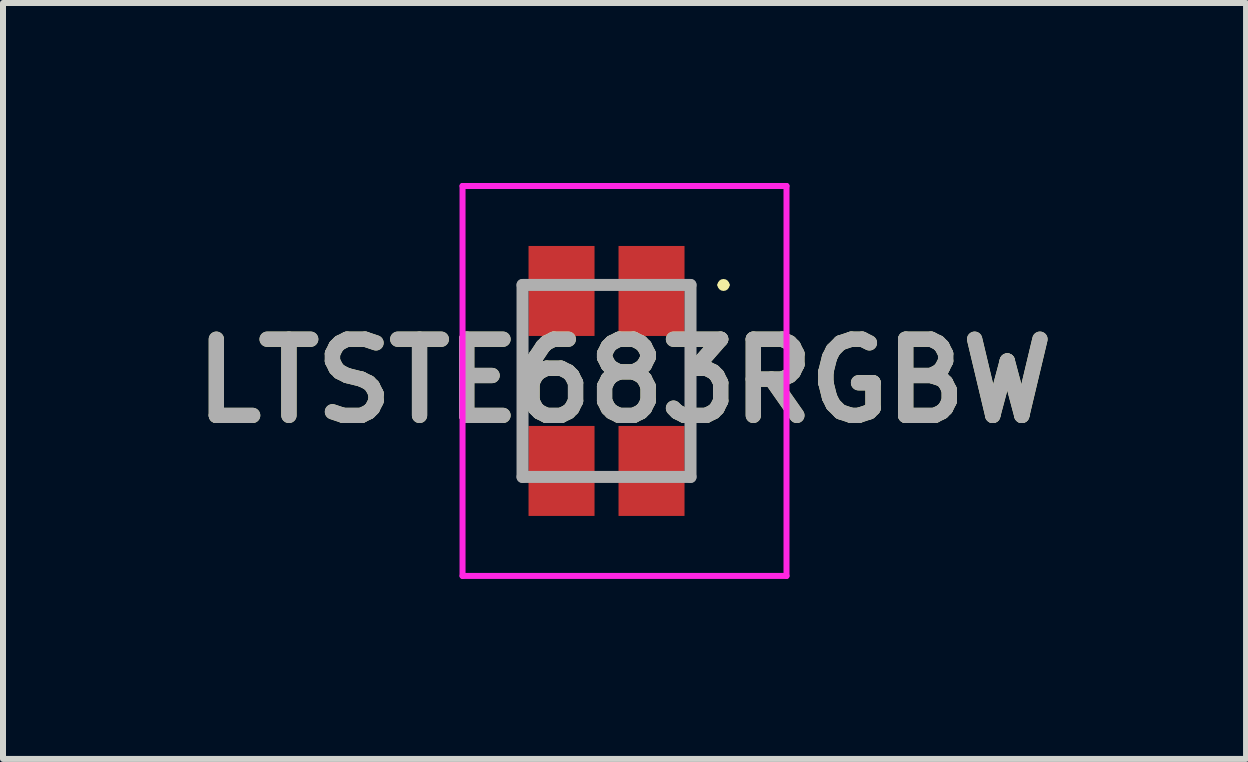
<source format=kicad_pcb>
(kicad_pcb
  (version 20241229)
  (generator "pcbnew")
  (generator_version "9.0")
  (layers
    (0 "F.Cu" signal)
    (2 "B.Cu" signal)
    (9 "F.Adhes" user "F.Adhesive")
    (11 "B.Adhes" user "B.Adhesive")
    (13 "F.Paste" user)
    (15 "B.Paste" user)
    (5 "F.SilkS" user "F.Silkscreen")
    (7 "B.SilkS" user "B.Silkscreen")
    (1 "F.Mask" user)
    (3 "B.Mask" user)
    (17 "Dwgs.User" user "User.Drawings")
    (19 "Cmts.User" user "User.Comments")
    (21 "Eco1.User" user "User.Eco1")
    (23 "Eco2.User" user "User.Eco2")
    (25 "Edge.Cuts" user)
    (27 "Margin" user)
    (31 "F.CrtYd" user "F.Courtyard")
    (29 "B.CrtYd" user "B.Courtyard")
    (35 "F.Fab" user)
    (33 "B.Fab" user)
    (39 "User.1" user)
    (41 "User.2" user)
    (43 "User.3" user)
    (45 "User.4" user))
  (footprint "LTSTE683RGBW"
    (layer "F.Cu")
    (at 7.06 3.3)
    (property "Reference" "LTSTE683RGBW" (at 0.3 0 0) (layer "F.SilkS") (effects (font (size 1.27 1.27) (thickness 0.254))))
    (attr smd)
    (fp_line (start 1.9 -1.6) (end 1.9 -1.6) (stroke (width 0.1) (type solid)) (layer "F.SilkS"))
    (fp_line (start 2 -1.6) (end 2 -1.6) (stroke (width 0.1) (type solid)) (layer "F.SilkS"))
    (fp_arc (start 1.9 -1.6) (mid 1.95 -1.65) (end 2 -1.6) (stroke (width 0.1) (type solid)) (layer "F.SilkS"))
    (fp_arc (start 2 -1.6) (mid 1.95 -1.55) (end 1.9 -1.6) (stroke (width 0.1) (type solid)) (layer "F.SilkS"))
    (fp_line (start -2.4 -3.25) (end 3 -3.25) (stroke (width 0.1) (type solid)) (layer "F.CrtYd"))
    (fp_line (start -2.4 3.25) (end -2.4 -3.25) (stroke (width 0.1) (type solid)) (layer "F.CrtYd"))
    (fp_line (start 3 -3.25) (end 3 3.25) (stroke (width 0.1) (type solid)) (layer "F.CrtYd"))
    (fp_line (start 3 3.25) (end -2.4 3.25) (stroke (width 0.1) (type solid)) (layer "F.CrtYd"))
    (fp_line (start -1.4 -1.6) (end 1.4 -1.6) (stroke (width 0.2) (type solid)) (layer "F.Fab"))
    (fp_line (start -1.4 1.6) (end -1.4 -1.6) (stroke (width 0.2) (type solid)) (layer "F.Fab"))
    (fp_line (start 1.4 -1.6) (end 1.4 1.6) (stroke (width 0.2) (type solid)) (layer "F.Fab"))
    (fp_line (start 1.4 1.6) (end -1.4 1.6) (stroke (width 0.2) (type solid)) (layer "F.Fab"))
    (fp_text user "${REFERENCE}" (at 0.3 0 0) (layer "F.Fab") (effects (font (size 1.27 1.27) (thickness 0.254))))
    (pad "1" smd rect (at 0.75 -1.5) (size 1.1 1.5) (layers "F.Cu" "F.Mask" "F.Paste"))
    (pad "2" smd rect (at 0.75 1.5) (size 1.1 1.5) (layers "F.Cu" "F.Mask" "F.Paste"))
    (pad "3" smd rect (at -0.75 1.5) (size 1.1 1.5) (layers "F.Cu" "F.Mask" "F.Paste"))
    (pad "4" smd rect (at -0.75 -1.5) (size 1.1 1.5) (layers "F.Cu" "F.Mask" "F.Paste")))
  (gr_rect
    (start -3 -3)
    (end 17.72 9.6)
    (stroke (width 0.1) (type default))
    (fill no)
    (layer "Edge.Cuts")))
</source>
